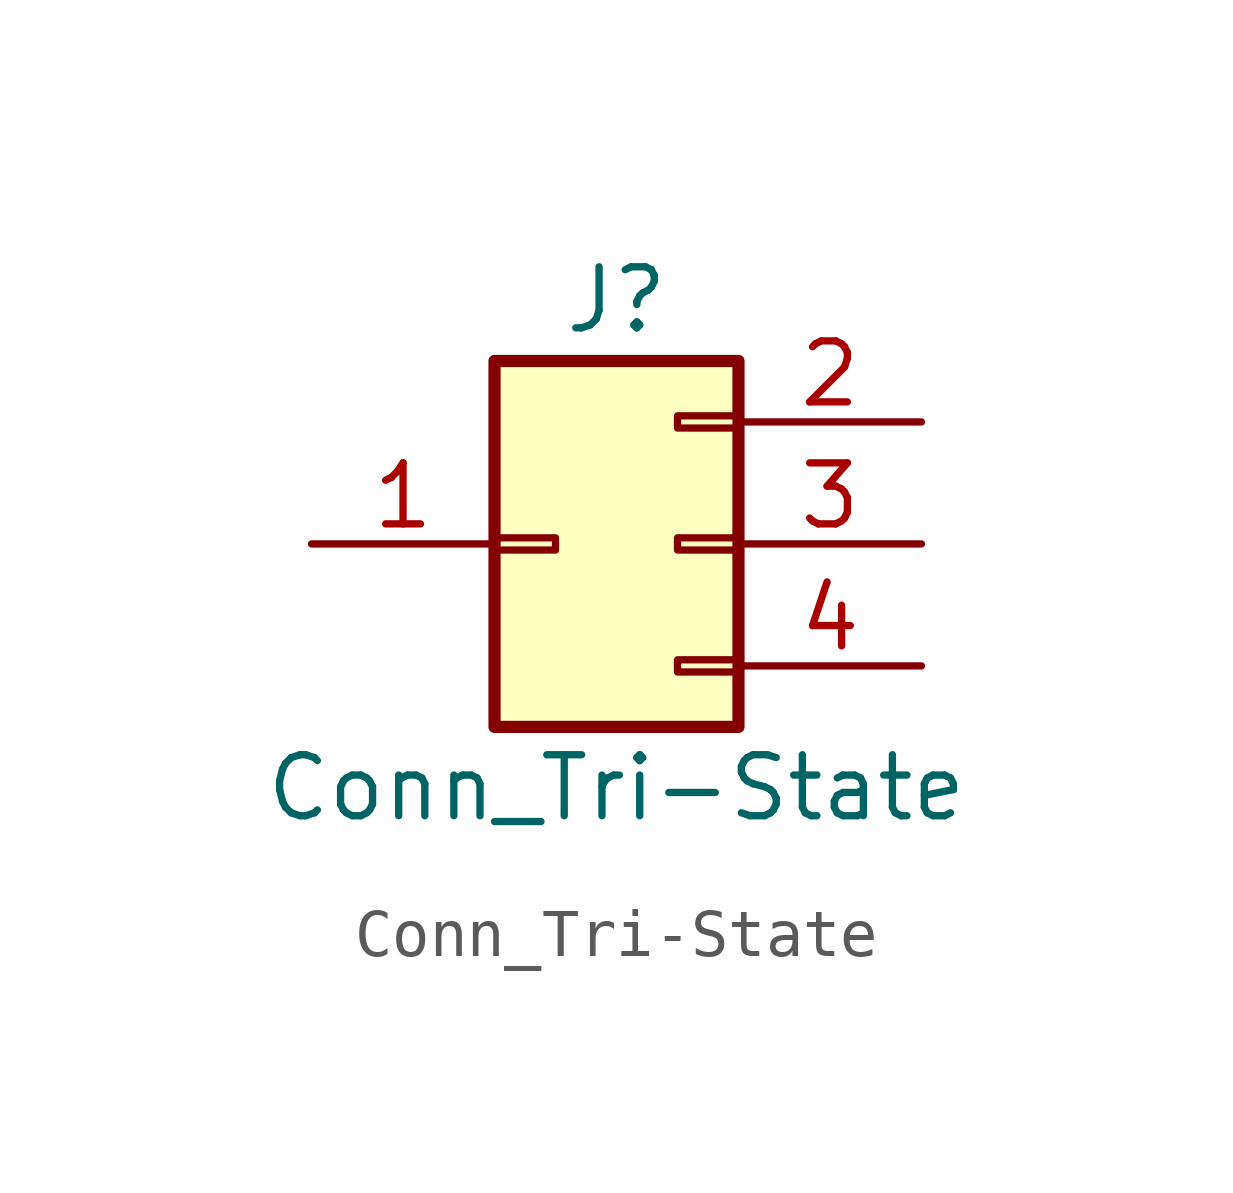
<source format=kicad_sym>
(kicad_symbol_lib
  (version 20211014)
  (generator kicad_symbol_editor)
  (symbol "Conn_Tri-State"
    (pin_names
      (offset 1.016) hide)
    (property "Reference" "J"
      (at 1.27 5.08 0)
      (effects (font (size 1.27 1.27))))
    (property "Value" "Conn_Tri-State"
      (at 1.27 -5.08 0)
      (effects (font (size 1.27 1.27))))
    (symbol "Conn_Tri-State_1_1"
      (rectangle (start -1.27 0.127) (end 0 -0.127) (stroke (width 0.152) (type default) (color 0 0 0 0)) (fill (type none)))
      (rectangle (start -1.27 3.81) (end 3.81 -3.81) (stroke (width 0.254) (type default) (color 0 0 0 0)) (fill (type background)))
      (rectangle (start 3.81 -2.413) (end 2.54 -2.667) (stroke (width 0.152) (type default) (color 0 0 0 0)) (fill (type none)))
      (rectangle (start 3.81 0.127) (end 2.54 -0.127) (stroke (width 0.152) (type default) (color 0 0 0 0)) (fill (type none)))
      (rectangle (start 3.81 2.667) (end 2.54 2.413) (stroke (width 0.152) (type default) (color 0 0 0 0)) (fill (type none)))
      (pin passive line (at -5.08 0 0) (length 3.81) (name "Pin_1" (effects (font (size 1.27 1.27)))) (number "1" (effects (font (size 1.27 1.27)))))
      (pin passive line (at 7.62 2.54 180) (length 3.81) (name "Pin_2" (effects (font (size 1.27 1.27)))) (number "2" (effects (font (size 1.27 1.27)))))
      (pin passive line (at 7.62 0 180) (length 3.81) (name "Pin_3" (effects (font (size 1.27 1.27)))) (number "3" (effects (font (size 1.27 1.27)))))
      (pin passive line (at 7.62 -2.54 180) (length 3.81) (name "Pin_4" (effects (font (size 1.27 1.27)))) (number "4" (effects (font (size 1.27 1.27))))))))
</source>
